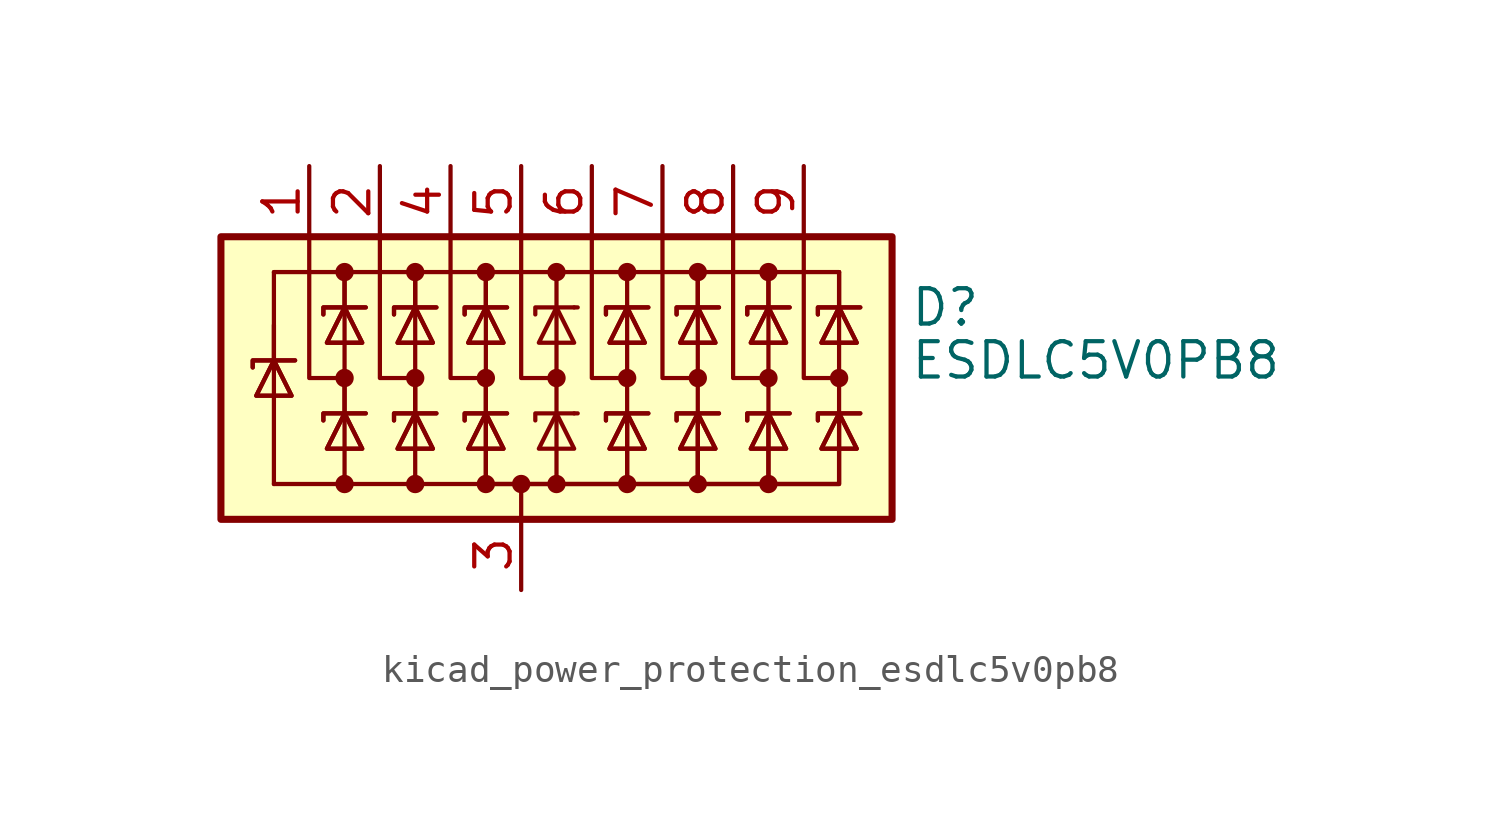
<source format=kicad_sym>
(kicad_symbol_lib
  (version 20220914)
  (generator kicad_symbol_editor)
  (symbol "kicad_power_protection_esdlc5v0pb8"
    (pin_names hide)
    (property "Reference" "D"
      (at 13.97 2.54 0)
      (effects (font (size 1.27 1.27)) (justify left)))
    (property "Value" "ESDLC5V0PB8"
      (at 13.97 0.635 0)
      (effects (font (size 1.27 1.27)) (justify left)))
    (symbol "kicad_power_protection_esdlc5v0pb8_0_0"
      (pin passive line (at 0 -7.62 90) (length 2.54) (name "A" (effects (font (size 1.27 1.27)))) (number "3" (effects (font (size 1.27 1.27))))))
    (symbol "kicad_power_protection_esdlc5v0pb8_0_1"
      (rectangle (start -10.795 5.08) (end 13.335 -5.08) (stroke (width 0.254) (type default)) (fill (type background)))
      (circle (center -6.35 -3.81) (radius 0.254) (stroke (width 0) (type default)) (fill (type outline)))
      (circle (center -6.35 0) (radius 0.254) (stroke (width 0) (type default)) (fill (type outline)))
      (circle (center -6.35 3.81) (radius 0.254) (stroke (width 0) (type default)) (fill (type outline)))
      (circle (center -3.81 -3.81) (radius 0.254) (stroke (width 0) (type default)) (fill (type outline)))
      (circle (center -3.81 0) (radius 0.254) (stroke (width 0) (type default)) (fill (type outline)))
      (circle (center -3.81 3.81) (radius 0.254) (stroke (width 0) (type default)) (fill (type outline)))
      (circle (center -1.27 -3.81) (radius 0.254) (stroke (width 0) (type default)) (fill (type outline)))
      (circle (center -1.27 0) (radius 0.254) (stroke (width 0) (type default)) (fill (type outline)))
      (circle (center -1.27 3.81) (radius 0.254) (stroke (width 0) (type default)) (fill (type outline)))
      (circle (center 0 -3.81) (radius 0.254) (stroke (width 0) (type default)) (fill (type outline)))
      (polyline (pts (xy -8.89 0.635) (xy -8.89 -3.81)) (stroke (width 0) (type default)) (fill (type none)))
      (polyline (pts (xy -8.89 1.905) (xy -8.89 0.635)) (stroke (width 0) (type default)) (fill (type none)))
      (polyline (pts (xy -8.89 3.81) (xy -8.89 0.635)) (stroke (width 0) (type default)) (fill (type none)))
      (polyline (pts (xy -6.35 -3.81) (xy -8.89 -3.81)) (stroke (width 0) (type default)) (fill (type none)))
      (polyline (pts (xy -6.35 0) (xy -6.35 -1.27)) (stroke (width 0) (type default)) (fill (type none)))
      (polyline (pts (xy -6.35 2.54) (xy -6.35 -1.27)) (stroke (width 0) (type default)) (fill (type none)))
      (polyline (pts (xy -6.35 3.81) (xy -6.35 2.54)) (stroke (width 0) (type default)) (fill (type none)))
      (polyline (pts (xy -6.35 3.81) (xy -6.35 2.54)) (stroke (width 0) (type default)) (fill (type none)))
      (polyline (pts (xy -3.81 0) (xy -3.81 -1.27)) (stroke (width 0) (type default)) (fill (type none)))
      (polyline (pts (xy -3.81 2.54) (xy -3.81 -1.27)) (stroke (width 0) (type default)) (fill (type none)))
      (polyline (pts (xy -3.81 3.81) (xy -3.81 2.54)) (stroke (width 0) (type default)) (fill (type none)))
      (polyline (pts (xy -3.81 3.81) (xy -3.81 2.54)) (stroke (width 0) (type default)) (fill (type none)))
      (polyline (pts (xy -1.27 0) (xy -1.27 -1.27)) (stroke (width 0) (type default)) (fill (type none)))
      (polyline (pts (xy -1.27 2.54) (xy -1.27 -1.27)) (stroke (width 0) (type default)) (fill (type none)))
      (polyline (pts (xy -1.27 3.81) (xy -1.27 2.54)) (stroke (width 0) (type default)) (fill (type none)))
      (polyline (pts (xy -1.27 3.81) (xy -1.27 2.54)) (stroke (width 0) (type default)) (fill (type none)))
      (polyline (pts (xy 0 -5.08) (xy 0 -3.81)) (stroke (width 0) (type default)) (fill (type none)))
      (polyline (pts (xy 1.27 -3.81) (xy 1.27 2.54)) (stroke (width 0) (type default)) (fill (type none)))
      (polyline (pts (xy 1.27 3.81) (xy 1.27 2.54)) (stroke (width 0) (type default)) (fill (type none)))
      (polyline (pts (xy 1.905 -1.27) (xy 2.032 -1.27)) (stroke (width 0) (type default)) (fill (type none)))
      (polyline (pts (xy 1.905 2.54) (xy 2.032 2.54)) (stroke (width 0) (type default)) (fill (type none)))
      (polyline (pts (xy 3.81 2.54) (xy 3.81 -1.27)) (stroke (width 0) (type default)) (fill (type none)))
      (polyline (pts (xy 3.81 3.81) (xy 3.81 2.54)) (stroke (width 0) (type default)) (fill (type none)))
      (polyline (pts (xy 6.35 2.54) (xy 6.35 -1.27)) (stroke (width 0) (type default)) (fill (type none)))
      (polyline (pts (xy 6.35 3.81) (xy 6.35 2.54)) (stroke (width 0) (type default)) (fill (type none)))
      (polyline (pts (xy 6.35 3.81) (xy 6.35 2.54)) (stroke (width 0) (type default)) (fill (type none)))
      (polyline (pts (xy 8.89 2.54) (xy 8.89 -1.27)) (stroke (width 0) (type default)) (fill (type none)))
      (polyline (pts (xy 8.89 3.81) (xy 8.89 2.54)) (stroke (width 0) (type default)) (fill (type none)))
      (polyline (pts (xy 8.89 3.81) (xy 8.89 2.54)) (stroke (width 0) (type default)) (fill (type none)))
      (polyline (pts (xy 11.43 2.54) (xy 11.43 -1.27)) (stroke (width 0) (type default)) (fill (type none)))
      (polyline (pts (xy 11.43 3.81) (xy -8.89 3.81)) (stroke (width 0) (type default)) (fill (type none)))
      (polyline (pts (xy 11.43 3.81) (xy 11.43 2.54)) (stroke (width 0) (type default)) (fill (type none)))
      (polyline (pts (xy 11.43 3.81) (xy 11.43 2.54)) (stroke (width 0) (type default)) (fill (type none)))
      (polyline (pts (xy -7.62 5.08) (xy -7.62 0) (xy -6.35 0)) (stroke (width 0) (type default)) (fill (type none)))
      (polyline (pts (xy -6.35 -1.27) (xy -6.35 -3.81) (xy -3.81 -3.81)) (stroke (width 0) (type default)) (fill (type none)))
      (polyline (pts (xy -5.08 5.08) (xy -5.08 0) (xy -3.81 0)) (stroke (width 0) (type default)) (fill (type none)))
      (polyline (pts (xy -3.81 -1.27) (xy -3.81 -3.81) (xy -1.27 -3.81)) (stroke (width 0) (type default)) (fill (type none)))
      (polyline (pts (xy -2.54 5.08) (xy -2.54 0) (xy -1.27 0)) (stroke (width 0) (type default)) (fill (type none)))
      (polyline (pts (xy 0 5.08) (xy 0 0) (xy 1.27 0)) (stroke (width 0) (type default)) (fill (type none)))
      (polyline (pts (xy 1.905 -1.27) (xy 0.508 -1.27) (xy 0.508 -1.524)) (stroke (width 0) (type default)) (fill (type none)))
      (polyline (pts (xy 1.905 2.54) (xy 0.508 2.54) (xy 0.508 2.286)) (stroke (width 0) (type default)) (fill (type none)))
      (polyline (pts (xy 2.54 5.08) (xy 2.54 0) (xy 3.81 0)) (stroke (width 0) (type default)) (fill (type none)))
      (polyline (pts (xy 5.08 5.08) (xy 5.08 0) (xy 6.35 0)) (stroke (width 0) (type default)) (fill (type none)))
      (polyline (pts (xy 6.35 -1.27) (xy 6.35 -3.81) (xy 3.81 -3.81)) (stroke (width 0) (type default)) (fill (type none)))
      (polyline (pts (xy 6.35 -1.27) (xy 6.35 -3.81) (xy 3.81 -3.81)) (stroke (width 0) (type default)) (fill (type none)))
      (polyline (pts (xy 7.62 5.08) (xy 7.62 0) (xy 8.89 0)) (stroke (width 0) (type default)) (fill (type none)))
      (polyline (pts (xy 8.89 -1.27) (xy 8.89 -3.81) (xy 6.35 -3.81)) (stroke (width 0) (type default)) (fill (type none)))
      (polyline (pts (xy 8.89 -1.27) (xy 8.89 -3.81) (xy 6.35 -3.81)) (stroke (width 0) (type default)) (fill (type none)))
      (polyline (pts (xy 10.16 5.08) (xy 10.16 0) (xy 11.43 0)) (stroke (width 0) (type default)) (fill (type none)))
      (polyline (pts (xy 11.43 -1.27) (xy 11.43 -3.81) (xy 8.89 -3.81)) (stroke (width 0) (type default)) (fill (type none)))
      (polyline (pts (xy 11.43 -1.27) (xy 11.43 -3.81) (xy 8.89 -3.81)) (stroke (width 0) (type default)) (fill (type none)))
      (polyline (pts (xy -9.652 0.381) (xy -9.652 0.635) (xy -8.255 0.635) (xy -8.128 0.635)) (stroke (width 0) (type default)) (fill (type none)))
      (polyline (pts (xy -9.652 0.381) (xy -9.652 0.635) (xy -8.255 0.635) (xy -8.128 0.635)) (stroke (width 0) (type default)) (fill (type none)))
      (polyline (pts (xy -8.89 0.635) (xy -8.255 -0.635) (xy -9.525 -0.635) (xy -8.89 0.635)) (stroke (width 0) (type default)) (fill (type none)))
      (polyline (pts (xy -8.89 0.635) (xy -8.255 -0.635) (xy -9.525 -0.635) (xy -8.89 0.635)) (stroke (width 0) (type default)) (fill (type none)))
      (polyline (pts (xy -7.112 -1.524) (xy -7.112 -1.27) (xy -5.715 -1.27) (xy -5.588 -1.27)) (stroke (width 0) (type default)) (fill (type none)))
      (polyline (pts (xy -7.112 -1.524) (xy -7.112 -1.27) (xy -5.715 -1.27) (xy -5.588 -1.27)) (stroke (width 0) (type default)) (fill (type none)))
      (polyline (pts (xy -7.112 2.286) (xy -7.112 2.54) (xy -5.715 2.54) (xy -5.588 2.54)) (stroke (width 0) (type default)) (fill (type none)))
      (polyline (pts (xy -7.112 2.286) (xy -7.112 2.54) (xy -5.715 2.54) (xy -5.588 2.54)) (stroke (width 0) (type default)) (fill (type none)))
      (polyline (pts (xy -6.35 -1.27) (xy -5.715 -2.54) (xy -6.985 -2.54) (xy -6.35 -1.27)) (stroke (width 0) (type default)) (fill (type none)))
      (polyline (pts (xy -6.35 -1.27) (xy -5.715 -2.54) (xy -6.985 -2.54) (xy -6.35 -1.27)) (stroke (width 0) (type default)) (fill (type none)))
      (polyline (pts (xy -6.35 2.54) (xy -5.715 1.27) (xy -6.985 1.27) (xy -6.35 2.54)) (stroke (width 0) (type default)) (fill (type none)))
      (polyline (pts (xy -6.35 2.54) (xy -5.715 1.27) (xy -6.985 1.27) (xy -6.35 2.54)) (stroke (width 0) (type default)) (fill (type none)))
      (polyline (pts (xy -4.572 -1.524) (xy -4.572 -1.27) (xy -3.175 -1.27) (xy -3.048 -1.27)) (stroke (width 0) (type default)) (fill (type none)))
      (polyline (pts (xy -4.572 -1.524) (xy -4.572 -1.27) (xy -3.175 -1.27) (xy -3.048 -1.27)) (stroke (width 0) (type default)) (fill (type none)))
      (polyline (pts (xy -4.572 2.286) (xy -4.572 2.54) (xy -3.175 2.54) (xy -3.048 2.54)) (stroke (width 0) (type default)) (fill (type none)))
      (polyline (pts (xy -4.572 2.286) (xy -4.572 2.54) (xy -3.175 2.54) (xy -3.048 2.54)) (stroke (width 0) (type default)) (fill (type none)))
      (polyline (pts (xy -3.81 -1.27) (xy -3.175 -2.54) (xy -4.445 -2.54) (xy -3.81 -1.27)) (stroke (width 0) (type default)) (fill (type none)))
      (polyline (pts (xy -3.81 -1.27) (xy -3.175 -2.54) (xy -4.445 -2.54) (xy -3.81 -1.27)) (stroke (width 0) (type default)) (fill (type none)))
      (polyline (pts (xy -3.81 2.54) (xy -3.175 1.27) (xy -4.445 1.27) (xy -3.81 2.54)) (stroke (width 0) (type default)) (fill (type none)))
      (polyline (pts (xy -3.81 2.54) (xy -3.175 1.27) (xy -4.445 1.27) (xy -3.81 2.54)) (stroke (width 0) (type default)) (fill (type none)))
      (polyline (pts (xy -2.032 -1.524) (xy -2.032 -1.27) (xy -0.635 -1.27) (xy -0.508 -1.27)) (stroke (width 0) (type default)) (fill (type none)))
      (polyline (pts (xy -2.032 -1.524) (xy -2.032 -1.27) (xy -0.635 -1.27) (xy -0.508 -1.27)) (stroke (width 0) (type default)) (fill (type none)))
      (polyline (pts (xy -2.032 2.286) (xy -2.032 2.54) (xy -0.635 2.54) (xy -0.508 2.54)) (stroke (width 0) (type default)) (fill (type none)))
      (polyline (pts (xy -2.032 2.286) (xy -2.032 2.54) (xy -0.635 2.54) (xy -0.508 2.54)) (stroke (width 0) (type default)) (fill (type none)))
      (polyline (pts (xy -1.27 -1.27) (xy -1.27 -3.81) (xy 3.81 -3.81) (xy 3.81 -1.27)) (stroke (width 0) (type default)) (fill (type none)))
      (polyline (pts (xy -1.27 -1.27) (xy -1.27 -3.81) (xy 3.81 -3.81) (xy 3.81 -1.27)) (stroke (width 0) (type default)) (fill (type none)))
      (polyline (pts (xy -1.27 -1.27) (xy -0.635 -2.54) (xy -1.905 -2.54) (xy -1.27 -1.27)) (stroke (width 0) (type default)) (fill (type none)))
      (polyline (pts (xy -1.27 -1.27) (xy -0.635 -2.54) (xy -1.905 -2.54) (xy -1.27 -1.27)) (stroke (width 0) (type default)) (fill (type none)))
      (polyline (pts (xy -1.27 2.54) (xy -0.635 1.27) (xy -1.905 1.27) (xy -1.27 2.54)) (stroke (width 0) (type default)) (fill (type none)))
      (polyline (pts (xy -1.27 2.54) (xy -0.635 1.27) (xy -1.905 1.27) (xy -1.27 2.54)) (stroke (width 0) (type default)) (fill (type none)))
      (polyline (pts (xy 1.905 -2.54) (xy 0.635 -2.54) (xy 1.27 -1.27) (xy 1.905 -2.54)) (stroke (width 0) (type default)) (fill (type none)))
      (polyline (pts (xy 1.905 1.27) (xy 0.635 1.27) (xy 1.27 2.54) (xy 1.905 1.27)) (stroke (width 0) (type default)) (fill (type none)))
      (polyline (pts (xy 3.048 -1.524) (xy 3.048 -1.27) (xy 4.445 -1.27) (xy 4.572 -1.27)) (stroke (width 0) (type default)) (fill (type none)))
      (polyline (pts (xy 3.048 -1.524) (xy 3.048 -1.27) (xy 4.445 -1.27) (xy 4.572 -1.27)) (stroke (width 0) (type default)) (fill (type none)))
      (polyline (pts (xy 3.048 2.286) (xy 3.048 2.54) (xy 4.445 2.54) (xy 4.572 2.54)) (stroke (width 0) (type default)) (fill (type none)))
      (polyline (pts (xy 3.048 2.286) (xy 3.048 2.54) (xy 4.445 2.54) (xy 4.572 2.54)) (stroke (width 0) (type default)) (fill (type none)))
      (polyline (pts (xy 3.81 -1.27) (xy 3.175 -2.54) (xy 4.445 -2.54) (xy 3.81 -1.27)) (stroke (width 0) (type default)) (fill (type none)))
      (polyline (pts (xy 3.81 -1.27) (xy 3.175 -2.54) (xy 4.445 -2.54) (xy 3.81 -1.27)) (stroke (width 0) (type default)) (fill (type none)))
      (polyline (pts (xy 3.81 2.54) (xy 3.175 1.27) (xy 4.445 1.27) (xy 3.81 2.54)) (stroke (width 0) (type default)) (fill (type none)))
      (polyline (pts (xy 3.81 2.54) (xy 3.175 1.27) (xy 4.445 1.27) (xy 3.81 2.54)) (stroke (width 0) (type default)) (fill (type none)))
      (polyline (pts (xy 5.588 -1.524) (xy 5.588 -1.27) (xy 6.985 -1.27) (xy 7.112 -1.27)) (stroke (width 0) (type default)) (fill (type none)))
      (polyline (pts (xy 5.588 -1.524) (xy 5.588 -1.27) (xy 6.985 -1.27) (xy 7.112 -1.27)) (stroke (width 0) (type default)) (fill (type none)))
      (polyline (pts (xy 5.588 2.286) (xy 5.588 2.54) (xy 6.985 2.54) (xy 7.112 2.54)) (stroke (width 0) (type default)) (fill (type none)))
      (polyline (pts (xy 5.588 2.286) (xy 5.588 2.54) (xy 6.985 2.54) (xy 7.112 2.54)) (stroke (width 0) (type default)) (fill (type none)))
      (polyline (pts (xy 6.35 -1.27) (xy 5.715 -2.54) (xy 6.985 -2.54) (xy 6.35 -1.27)) (stroke (width 0) (type default)) (fill (type none)))
      (polyline (pts (xy 6.35 -1.27) (xy 5.715 -2.54) (xy 6.985 -2.54) (xy 6.35 -1.27)) (stroke (width 0) (type default)) (fill (type none)))
      (polyline (pts (xy 6.35 2.54) (xy 5.715 1.27) (xy 6.985 1.27) (xy 6.35 2.54)) (stroke (width 0) (type default)) (fill (type none)))
      (polyline (pts (xy 6.35 2.54) (xy 5.715 1.27) (xy 6.985 1.27) (xy 6.35 2.54)) (stroke (width 0) (type default)) (fill (type none)))
      (polyline (pts (xy 8.128 -1.524) (xy 8.128 -1.27) (xy 9.525 -1.27) (xy 9.652 -1.27)) (stroke (width 0) (type default)) (fill (type none)))
      (polyline (pts (xy 8.128 -1.524) (xy 8.128 -1.27) (xy 9.525 -1.27) (xy 9.652 -1.27)) (stroke (width 0) (type default)) (fill (type none)))
      (polyline (pts (xy 8.128 2.286) (xy 8.128 2.54) (xy 9.525 2.54) (xy 9.652 2.54)) (stroke (width 0) (type default)) (fill (type none)))
      (polyline (pts (xy 8.128 2.286) (xy 8.128 2.54) (xy 9.525 2.54) (xy 9.652 2.54)) (stroke (width 0) (type default)) (fill (type none)))
      (polyline (pts (xy 8.89 -1.27) (xy 8.255 -2.54) (xy 9.525 -2.54) (xy 8.89 -1.27)) (stroke (width 0) (type default)) (fill (type none)))
      (polyline (pts (xy 8.89 -1.27) (xy 8.255 -2.54) (xy 9.525 -2.54) (xy 8.89 -1.27)) (stroke (width 0) (type default)) (fill (type none)))
      (polyline (pts (xy 8.89 2.54) (xy 8.255 1.27) (xy 9.525 1.27) (xy 8.89 2.54)) (stroke (width 0) (type default)) (fill (type none)))
      (polyline (pts (xy 8.89 2.54) (xy 8.255 1.27) (xy 9.525 1.27) (xy 8.89 2.54)) (stroke (width 0) (type default)) (fill (type none)))
      (polyline (pts (xy 10.668 -1.524) (xy 10.668 -1.27) (xy 12.065 -1.27) (xy 12.192 -1.27)) (stroke (width 0) (type default)) (fill (type none)))
      (polyline (pts (xy 10.668 -1.524) (xy 10.668 -1.27) (xy 12.065 -1.27) (xy 12.192 -1.27)) (stroke (width 0) (type default)) (fill (type none)))
      (polyline (pts (xy 10.668 2.286) (xy 10.668 2.54) (xy 12.065 2.54) (xy 12.192 2.54)) (stroke (width 0) (type default)) (fill (type none)))
      (polyline (pts (xy 10.668 2.286) (xy 10.668 2.54) (xy 12.065 2.54) (xy 12.192 2.54)) (stroke (width 0) (type default)) (fill (type none)))
      (polyline (pts (xy 11.43 -1.27) (xy 10.795 -2.54) (xy 12.065 -2.54) (xy 11.43 -1.27)) (stroke (width 0) (type default)) (fill (type none)))
      (polyline (pts (xy 11.43 -1.27) (xy 10.795 -2.54) (xy 12.065 -2.54) (xy 11.43 -1.27)) (stroke (width 0) (type default)) (fill (type none)))
      (polyline (pts (xy 11.43 2.54) (xy 10.795 1.27) (xy 12.065 1.27) (xy 11.43 2.54)) (stroke (width 0) (type default)) (fill (type none)))
      (polyline (pts (xy 11.43 2.54) (xy 10.795 1.27) (xy 12.065 1.27) (xy 11.43 2.54)) (stroke (width 0) (type default)) (fill (type none)))
      (circle (center 1.27 -3.81) (radius 0.254) (stroke (width 0) (type default)) (fill (type outline)))
      (circle (center 1.27 0) (radius 0.254) (stroke (width 0) (type default)) (fill (type outline)))
      (circle (center 1.27 3.81) (radius 0.254) (stroke (width 0) (type default)) (fill (type outline)))
      (circle (center 3.81 -3.81) (radius 0.254) (stroke (width 0) (type default)) (fill (type outline)))
      (circle (center 3.81 0) (radius 0.254) (stroke (width 0) (type default)) (fill (type outline)))
      (circle (center 3.81 3.81) (radius 0.254) (stroke (width 0) (type default)) (fill (type outline)))
      (circle (center 6.35 -3.81) (radius 0.254) (stroke (width 0) (type default)) (fill (type outline)))
      (circle (center 6.35 0) (radius 0.254) (stroke (width 0) (type default)) (fill (type outline)))
      (circle (center 6.35 3.81) (radius 0.254) (stroke (width 0) (type default)) (fill (type outline)))
      (circle (center 8.89 -3.81) (radius 0.254) (stroke (width 0) (type default)) (fill (type outline)))
      (circle (center 8.89 0) (radius 0.254) (stroke (width 0) (type default)) (fill (type outline)))
      (circle (center 8.89 3.81) (radius 0.254) (stroke (width 0) (type default)) (fill (type outline)))
      (circle (center 11.43 0) (radius 0.254) (stroke (width 0) (type default)) (fill (type outline))))
    (symbol "kicad_power_protection_esdlc5v0pb8_1_1"
      (pin passive line (at -7.62 7.62 270) (length 2.54) (name "K1" (effects (font (size 1.27 1.27)))) (number "1" (effects (font (size 1.27 1.27)))))
      (pin passive line (at -5.08 7.62 270) (length 2.54) (name "K2" (effects (font (size 1.27 1.27)))) (number "2" (effects (font (size 1.27 1.27)))))
      (pin passive line (at -2.54 7.62 270) (length 2.54) (name "K3" (effects (font (size 1.27 1.27)))) (number "4" (effects (font (size 1.27 1.27)))))
      (pin passive line (at 0 7.62 270) (length 2.54) (name "K4" (effects (font (size 1.27 1.27)))) (number "5" (effects (font (size 1.27 1.27)))))
      (pin passive line (at 2.54 7.62 270) (length 2.54) (name "K5" (effects (font (size 1.27 1.27)))) (number "6" (effects (font (size 1.27 1.27)))))
      (pin passive line (at 5.08 7.62 270) (length 2.54) (name "K6" (effects (font (size 1.27 1.27)))) (number "7" (effects (font (size 1.27 1.27)))))
      (pin passive line (at 7.62 7.62 270) (length 2.54) (name "K7" (effects (font (size 1.27 1.27)))) (number "8" (effects (font (size 1.27 1.27)))))
      (pin passive line (at 10.16 7.62 270) (length 2.54) (name "K8" (effects (font (size 1.27 1.27)))) (number "9" (effects (font (size 1.27 1.27))))))))
</source>
